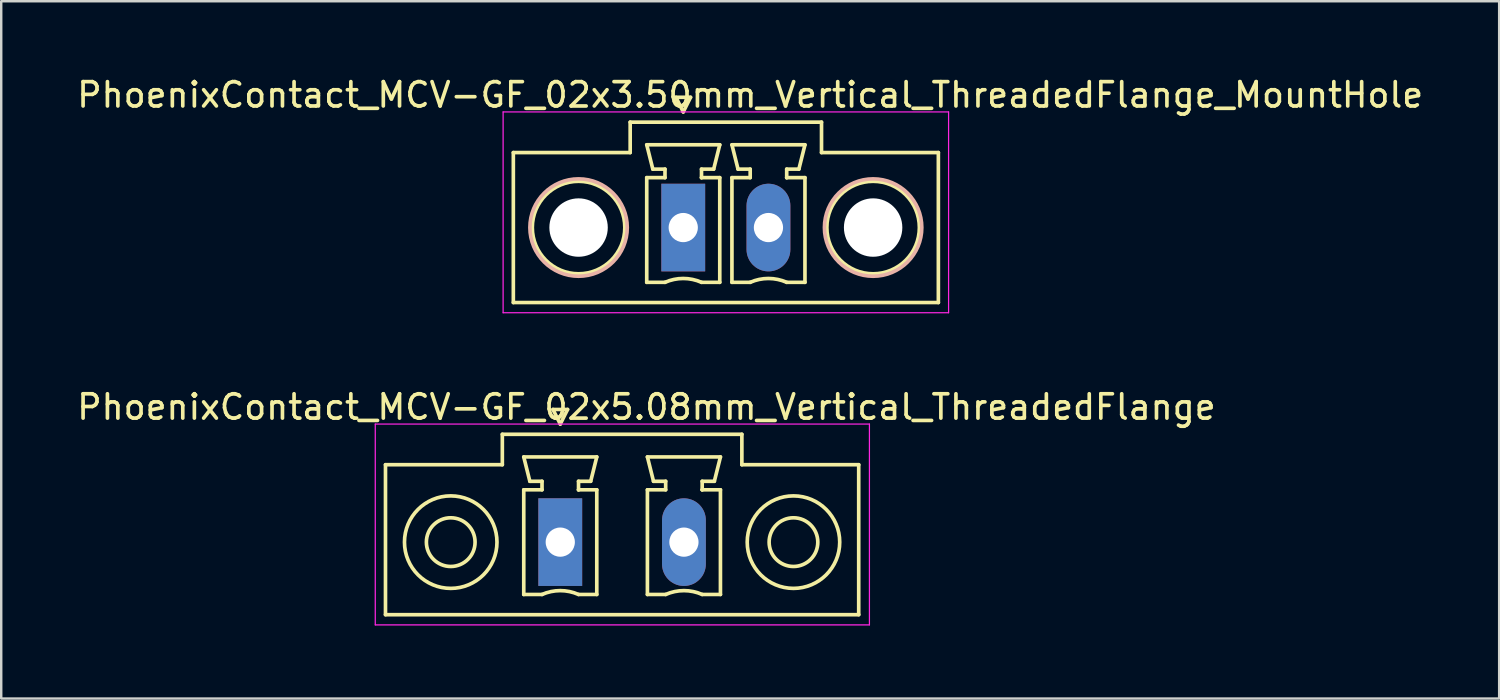
<source format=kicad_pcb>
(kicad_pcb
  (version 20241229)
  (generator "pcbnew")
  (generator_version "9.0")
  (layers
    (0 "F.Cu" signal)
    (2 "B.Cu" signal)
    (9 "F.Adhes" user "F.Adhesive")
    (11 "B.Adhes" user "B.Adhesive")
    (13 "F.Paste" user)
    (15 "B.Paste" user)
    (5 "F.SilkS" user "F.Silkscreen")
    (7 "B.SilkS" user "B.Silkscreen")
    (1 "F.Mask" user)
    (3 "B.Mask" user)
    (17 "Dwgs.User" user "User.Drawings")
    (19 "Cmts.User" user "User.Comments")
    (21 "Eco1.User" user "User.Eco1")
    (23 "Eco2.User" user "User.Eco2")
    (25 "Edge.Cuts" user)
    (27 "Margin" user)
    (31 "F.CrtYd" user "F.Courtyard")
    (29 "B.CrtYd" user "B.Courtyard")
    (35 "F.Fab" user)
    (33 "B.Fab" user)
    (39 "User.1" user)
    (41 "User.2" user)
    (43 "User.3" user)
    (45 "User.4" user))
  (footprint "PhoenixContact_MCV-GF_02x3.50mm_Vertical_ThreadedFlange_MountHole"
    (layer "F.Cu")
    (at 25.018 6.298)
    (property "Reference" "PhoenixContact_MCV-GF_02x3.50mm_Vertical_ThreadedFlange_MountHole" (at 2.75 -5.45 0) (layer "F.SilkS") (effects (font (size 1 1) (thickness 0.15))))
    (attr through_hole)
    (fp_line (start -6.98 -3.08) (end -6.98 3.08) (stroke (width 0.15) (type solid)) (layer "F.SilkS"))
    (fp_line (start -6.98 3.08) (end 10.48 3.08) (stroke (width 0.15) (type solid)) (layer "F.SilkS"))
    (fp_line (start -2.18 -4.33) (end -2.18 -3.08) (stroke (width 0.15) (type solid)) (layer "F.SilkS"))
    (fp_line (start -2.18 -3.08) (end -6.98 -3.08) (stroke (width 0.15) (type solid)) (layer "F.SilkS"))
    (fp_line (start -1.5 -3.4) (end 1.5 -3.4) (stroke (width 0.15) (type solid)) (layer "F.SilkS"))
    (fp_line (start -1.5 -2.05) (end -0.75 -2.05) (stroke (width 0.15) (type solid)) (layer "F.SilkS"))
    (fp_line (start -1.5 2.25) (end -1.5 -2.05) (stroke (width 0.15) (type solid)) (layer "F.SilkS"))
    (fp_line (start -1.25 -2.4) (end -1.5 -3.4) (stroke (width 0.15) (type solid)) (layer "F.SilkS"))
    (fp_line (start -0.75 -2.4) (end -1.25 -2.4) (stroke (width 0.15) (type solid)) (layer "F.SilkS"))
    (fp_line (start -0.75 -2.05) (end -0.75 -2.4) (stroke (width 0.15) (type solid)) (layer "F.SilkS"))
    (fp_line (start -0.75 2.25) (end -1.5 2.25) (stroke (width 0.15) (type solid)) (layer "F.SilkS"))
    (fp_line (start -0.3 -5.35) (end 0 -4.75) (stroke (width 0.15) (type solid)) (layer "F.SilkS"))
    (fp_line (start 0 -4.75) (end 0.3 -5.35) (stroke (width 0.15) (type solid)) (layer "F.SilkS"))
    (fp_line (start 0.3 -5.35) (end -0.3 -5.35) (stroke (width 0.15) (type solid)) (layer "F.SilkS"))
    (fp_line (start 0.75 -2.4) (end 0.75 -2.05) (stroke (width 0.15) (type solid)) (layer "F.SilkS"))
    (fp_line (start 0.75 -2.05) (end 0.75 -2.05) (stroke (width 0.15) (type solid)) (layer "F.SilkS"))
    (fp_line (start 0.75 -2.05) (end 1.5 -2.05) (stroke (width 0.15) (type solid)) (layer "F.SilkS"))
    (fp_line (start 1.25 -2.4) (end 0.75 -2.4) (stroke (width 0.15) (type solid)) (layer "F.SilkS"))
    (fp_line (start 1.5 -3.4) (end 1.25 -2.4) (stroke (width 0.15) (type solid)) (layer "F.SilkS"))
    (fp_line (start 1.5 -2.05) (end 1.5 2.25) (stroke (width 0.15) (type solid)) (layer "F.SilkS"))
    (fp_line (start 1.5 2.25) (end 0.75 2.25) (stroke (width 0.15) (type solid)) (layer "F.SilkS"))
    (fp_line (start 2 -3.4) (end 5 -3.4) (stroke (width 0.15) (type solid)) (layer "F.SilkS"))
    (fp_line (start 2 -2.05) (end 2.75 -2.05) (stroke (width 0.15) (type solid)) (layer "F.SilkS"))
    (fp_line (start 2 2.25) (end 2 -2.05) (stroke (width 0.15) (type solid)) (layer "F.SilkS"))
    (fp_line (start 2.25 -2.4) (end 2 -3.4) (stroke (width 0.15) (type solid)) (layer "F.SilkS"))
    (fp_line (start 2.75 -2.4) (end 2.25 -2.4) (stroke (width 0.15) (type solid)) (layer "F.SilkS"))
    (fp_line (start 2.75 -2.05) (end 2.75 -2.4) (stroke (width 0.15) (type solid)) (layer "F.SilkS"))
    (fp_line (start 2.75 2.25) (end 2 2.25) (stroke (width 0.15) (type solid)) (layer "F.SilkS"))
    (fp_line (start 4.25 -2.4) (end 4.25 -2.05) (stroke (width 0.15) (type solid)) (layer "F.SilkS"))
    (fp_line (start 4.25 -2.05) (end 4.25 -2.05) (stroke (width 0.15) (type solid)) (layer "F.SilkS"))
    (fp_line (start 4.25 -2.05) (end 5 -2.05) (stroke (width 0.15) (type solid)) (layer "F.SilkS"))
    (fp_line (start 4.75 -2.4) (end 4.25 -2.4) (stroke (width 0.15) (type solid)) (layer "F.SilkS"))
    (fp_line (start 5 -3.4) (end 4.75 -2.4) (stroke (width 0.15) (type solid)) (layer "F.SilkS"))
    (fp_line (start 5 -2.05) (end 5 2.25) (stroke (width 0.15) (type solid)) (layer "F.SilkS"))
    (fp_line (start 5 2.25) (end 4.25 2.25) (stroke (width 0.15) (type solid)) (layer "F.SilkS"))
    (fp_line (start 5.68 -4.33) (end -2.18 -4.33) (stroke (width 0.15) (type solid)) (layer "F.SilkS"))
    (fp_line (start 5.68 -3.08) (end 5.68 -4.33) (stroke (width 0.15) (type solid)) (layer "F.SilkS"))
    (fp_line (start 10.48 -3.08) (end 5.68 -3.08) (stroke (width 0.15) (type solid)) (layer "F.SilkS"))
    (fp_line (start 10.48 3.08) (end 10.48 -3.08) (stroke (width 0.15) (type solid)) (layer "F.SilkS"))
    (fp_arc (start -0.75 2.25) (mid -0.000193 2.09191) (end 0.749647 2.249844) (stroke (width 0.15) (type solid)) (layer "F.SilkS"))
    (fp_arc (start 2.75 2.25) (mid 3.499807 2.09191) (end 4.249647 2.249844) (stroke (width 0.15) (type solid)) (layer "F.SilkS"))
    (fp_circle (center -4.3 0) (end -2.4 0) (stroke (width 0.15) (type solid)) (fill no) (layer "F.SilkS"))
    (fp_circle (center 7.8 0) (end 9.7 0) (stroke (width 0.15) (type solid)) (fill no) (layer "F.SilkS"))
    (fp_circle (center -4.3 0) (end -2.3 0) (stroke (width 0.15) (type solid)) (fill no) (layer "B.SilkS"))
    (fp_circle (center 7.8 0) (end 9.8 0) (stroke (width 0.15) (type solid)) (fill no) (layer "B.SilkS"))
    (fp_line (start -7.4 -4.75) (end -7.4 3.5) (stroke (width 0.05) (type solid)) (layer "F.CrtYd"))
    (fp_line (start -7.4 3.5) (end 10.9 3.5) (stroke (width 0.05) (type solid)) (layer "F.CrtYd"))
    (fp_line (start 10.9 -4.75) (end -7.4 -4.75) (stroke (width 0.05) (type solid)) (layer "F.CrtYd"))
    (fp_line (start 10.9 3.5) (end 10.9 -4.75) (stroke (width 0.05) (type solid)) (layer "F.CrtYd"))
    (pad "" np_thru_hole circle (at -4.3 0) (size 2.4 2.4) (drill 2.4) (layers "*.Cu" "*.Mask"))
    (pad "" np_thru_hole circle (at 7.8 0) (size 2.4 2.4) (drill 2.4) (layers "*.Cu" "*.Mask"))
    (pad "1" thru_hole rect (at 0 0) (size 1.8 3.6) (drill 1.2) (layers "*.Cu" "*.Mask"))
    (pad "2" thru_hole oval (at 3.5 0) (size 1.8 3.6) (drill 1.2) (layers "*.Cu" "*.Mask")))
  (footprint "PhoenixContact_MCV-GF_02x5.08mm_Vertical_ThreadedFlange"
    (layer "F.Cu")
    (at 19.966 19.221)
    (property "Reference" "PhoenixContact_MCV-GF_02x5.08mm_Vertical_ThreadedFlange" (at 3.54 -5.55 0) (layer "F.SilkS") (effects (font (size 1 1) (thickness 0.15))))
    (attr through_hole)
    (fp_line (start -7.18 -3.18) (end -7.18 2.98) (stroke (width 0.15) (type solid)) (layer "F.SilkS"))
    (fp_line (start -7.18 2.98) (end 12.26 2.98) (stroke (width 0.15) (type solid)) (layer "F.SilkS"))
    (fp_line (start -2.38 -4.43) (end -2.38 -3.18) (stroke (width 0.15) (type solid)) (layer "F.SilkS"))
    (fp_line (start -2.38 -3.18) (end -7.18 -3.18) (stroke (width 0.15) (type solid)) (layer "F.SilkS"))
    (fp_line (start -1.5 -3.5) (end 1.5 -3.5) (stroke (width 0.15) (type solid)) (layer "F.SilkS"))
    (fp_line (start -1.5 -2.15) (end -0.75 -2.15) (stroke (width 0.15) (type solid)) (layer "F.SilkS"))
    (fp_line (start -1.5 2.15) (end -1.5 -2.15) (stroke (width 0.15) (type solid)) (layer "F.SilkS"))
    (fp_line (start -1.25 -2.5) (end -1.5 -3.5) (stroke (width 0.15) (type solid)) (layer "F.SilkS"))
    (fp_line (start -0.75 -2.5) (end -1.25 -2.5) (stroke (width 0.15) (type solid)) (layer "F.SilkS"))
    (fp_line (start -0.75 -2.15) (end -0.75 -2.5) (stroke (width 0.15) (type solid)) (layer "F.SilkS"))
    (fp_line (start -0.75 2.15) (end -1.5 2.15) (stroke (width 0.15) (type solid)) (layer "F.SilkS"))
    (fp_line (start -0.3 -5.45) (end 0 -4.85) (stroke (width 0.15) (type solid)) (layer "F.SilkS"))
    (fp_line (start 0 -4.85) (end 0.3 -5.45) (stroke (width 0.15) (type solid)) (layer "F.SilkS"))
    (fp_line (start 0.3 -5.45) (end -0.3 -5.45) (stroke (width 0.15) (type solid)) (layer "F.SilkS"))
    (fp_line (start 0.75 -2.5) (end 0.75 -2.15) (stroke (width 0.15) (type solid)) (layer "F.SilkS"))
    (fp_line (start 0.75 -2.15) (end 0.75 -2.15) (stroke (width 0.15) (type solid)) (layer "F.SilkS"))
    (fp_line (start 0.75 -2.15) (end 1.5 -2.15) (stroke (width 0.15) (type solid)) (layer "F.SilkS"))
    (fp_line (start 1.25 -2.5) (end 0.75 -2.5) (stroke (width 0.15) (type solid)) (layer "F.SilkS"))
    (fp_line (start 1.5 -3.5) (end 1.25 -2.5) (stroke (width 0.15) (type solid)) (layer "F.SilkS"))
    (fp_line (start 1.5 -2.15) (end 1.5 2.15) (stroke (width 0.15) (type solid)) (layer "F.SilkS"))
    (fp_line (start 1.5 2.15) (end 0.75 2.15) (stroke (width 0.15) (type solid)) (layer "F.SilkS"))
    (fp_line (start 3.58 -3.5) (end 6.58 -3.5) (stroke (width 0.15) (type solid)) (layer "F.SilkS"))
    (fp_line (start 3.58 -2.15) (end 4.33 -2.15) (stroke (width 0.15) (type solid)) (layer "F.SilkS"))
    (fp_line (start 3.58 2.15) (end 3.58 -2.15) (stroke (width 0.15) (type solid)) (layer "F.SilkS"))
    (fp_line (start 3.83 -2.5) (end 3.58 -3.5) (stroke (width 0.15) (type solid)) (layer "F.SilkS"))
    (fp_line (start 4.33 -2.5) (end 3.83 -2.5) (stroke (width 0.15) (type solid)) (layer "F.SilkS"))
    (fp_line (start 4.33 -2.15) (end 4.33 -2.5) (stroke (width 0.15) (type solid)) (layer "F.SilkS"))
    (fp_line (start 4.33 2.15) (end 3.58 2.15) (stroke (width 0.15) (type solid)) (layer "F.SilkS"))
    (fp_line (start 5.83 -2.5) (end 5.83 -2.15) (stroke (width 0.15) (type solid)) (layer "F.SilkS"))
    (fp_line (start 5.83 -2.15) (end 5.83 -2.15) (stroke (width 0.15) (type solid)) (layer "F.SilkS"))
    (fp_line (start 5.83 -2.15) (end 6.58 -2.15) (stroke (width 0.15) (type solid)) (layer "F.SilkS"))
    (fp_line (start 6.33 -2.5) (end 5.83 -2.5) (stroke (width 0.15) (type solid)) (layer "F.SilkS"))
    (fp_line (start 6.58 -3.5) (end 6.33 -2.5) (stroke (width 0.15) (type solid)) (layer "F.SilkS"))
    (fp_line (start 6.58 -2.15) (end 6.58 2.15) (stroke (width 0.15) (type solid)) (layer "F.SilkS"))
    (fp_line (start 6.58 2.15) (end 5.83 2.15) (stroke (width 0.15) (type solid)) (layer "F.SilkS"))
    (fp_line (start 7.46 -4.43) (end -2.38 -4.43) (stroke (width 0.15) (type solid)) (layer "F.SilkS"))
    (fp_line (start 7.46 -3.18) (end 7.46 -4.43) (stroke (width 0.15) (type solid)) (layer "F.SilkS"))
    (fp_line (start 12.26 -3.18) (end 7.46 -3.18) (stroke (width 0.15) (type solid)) (layer "F.SilkS"))
    (fp_line (start 12.26 2.98) (end 12.26 -3.18) (stroke (width 0.15) (type solid)) (layer "F.SilkS"))
    (fp_arc (start -0.75 2.15) (mid -0.000193 1.99191) (end 0.749647 2.149844) (stroke (width 0.15) (type solid)) (layer "F.SilkS"))
    (fp_arc (start 4.33 2.15) (mid 5.079807 1.99191) (end 5.829647 2.149844) (stroke (width 0.15) (type solid)) (layer "F.SilkS"))
    (fp_circle (center -4.5 0) (end -3.5 0) (stroke (width 0.15) (type solid)) (fill no) (layer "F.SilkS"))
    (fp_circle (center -4.5 0) (end -2.6 0) (stroke (width 0.15) (type solid)) (fill no) (layer "F.SilkS"))
    (fp_circle (center 9.58 0) (end 10.58 0) (stroke (width 0.15) (type solid)) (fill no) (layer "F.SilkS"))
    (fp_circle (center 9.58 0) (end 11.48 0) (stroke (width 0.15) (type solid)) (fill no) (layer "F.SilkS"))
    (fp_line (start -7.6 -4.85) (end -7.6 3.4) (stroke (width 0.05) (type solid)) (layer "F.CrtYd"))
    (fp_line (start -7.6 3.4) (end 12.7 3.4) (stroke (width 0.05) (type solid)) (layer "F.CrtYd"))
    (fp_line (start 12.7 -4.85) (end -7.6 -4.85) (stroke (width 0.05) (type solid)) (layer "F.CrtYd"))
    (fp_line (start 12.7 3.4) (end 12.7 -4.85) (stroke (width 0.05) (type solid)) (layer "F.CrtYd"))
    (pad "1" thru_hole rect (at 0 0) (size 1.8 3.6) (drill 1.2) (layers "*.Cu" "*.Mask"))
    (pad "2" thru_hole oval (at 5.08 0) (size 1.8 3.6) (drill 1.2) (layers "*.Cu" "*.Mask")))
  (gr_rect
    (start -3 -3)
    (end 58.536 25.646)
    (stroke (width 0.1) (type default))
    (fill no)
    (layer "Edge.Cuts")))
</source>
